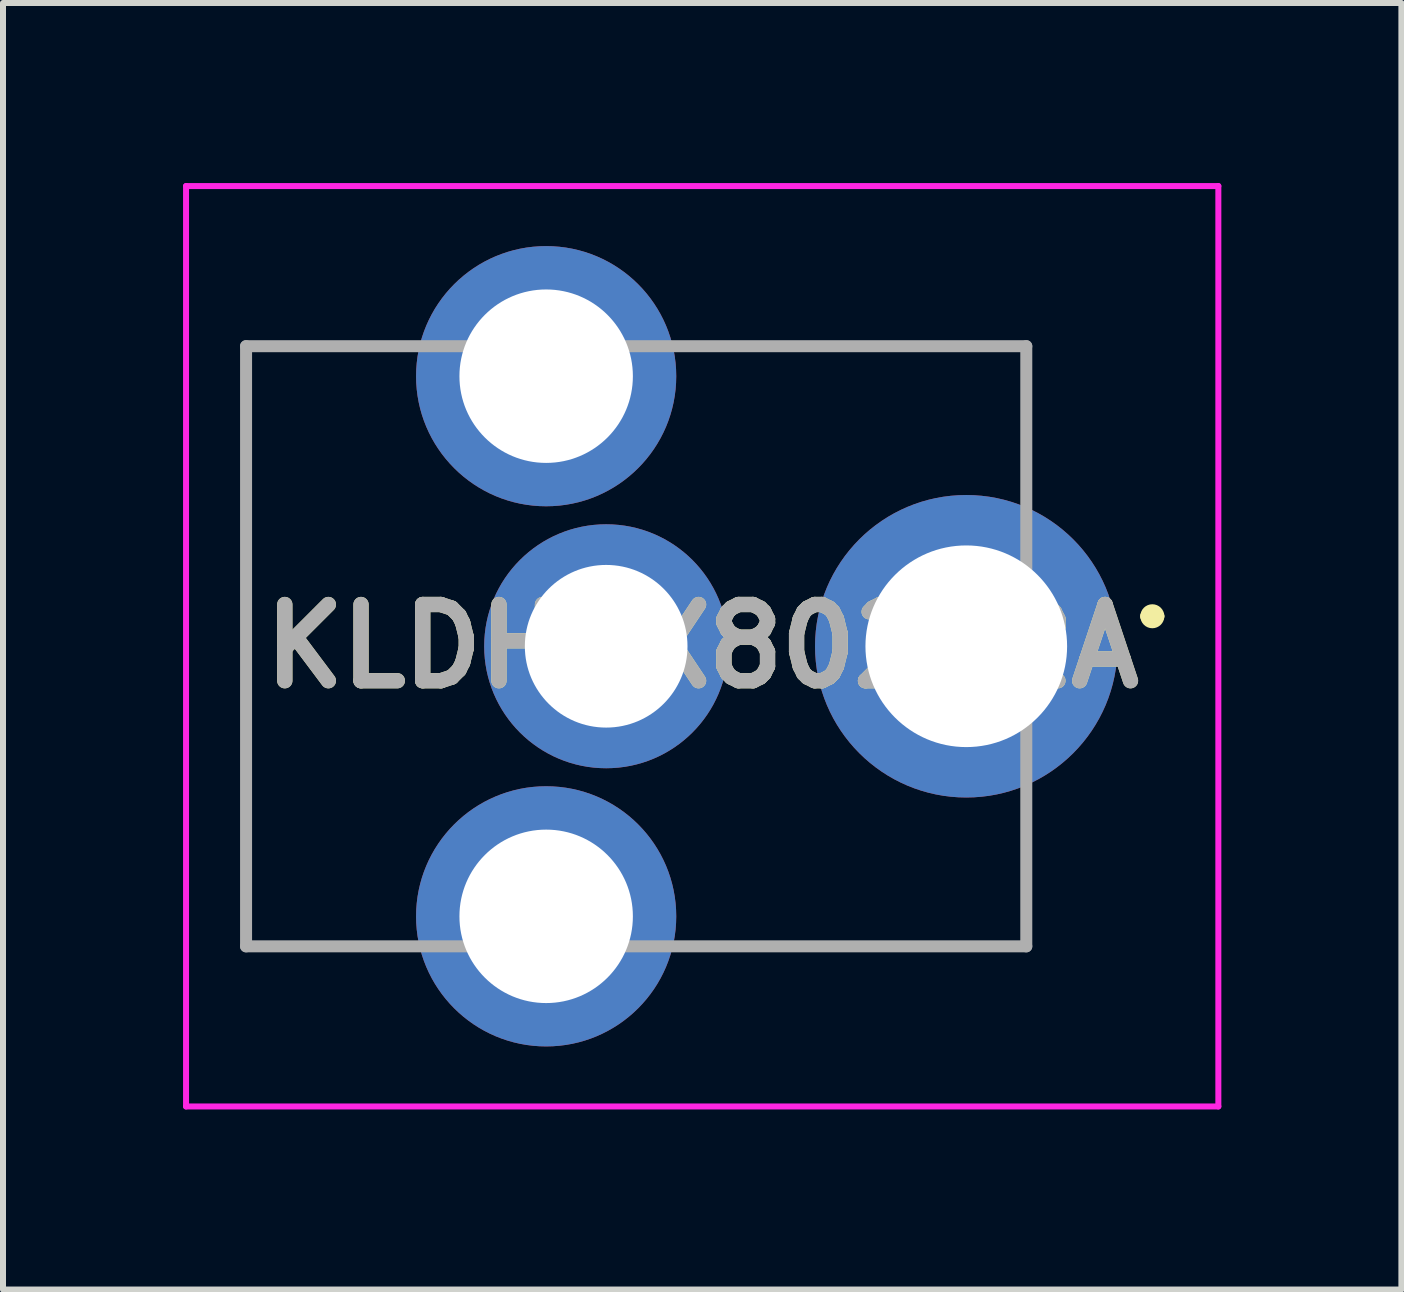
<source format=kicad_pcb>
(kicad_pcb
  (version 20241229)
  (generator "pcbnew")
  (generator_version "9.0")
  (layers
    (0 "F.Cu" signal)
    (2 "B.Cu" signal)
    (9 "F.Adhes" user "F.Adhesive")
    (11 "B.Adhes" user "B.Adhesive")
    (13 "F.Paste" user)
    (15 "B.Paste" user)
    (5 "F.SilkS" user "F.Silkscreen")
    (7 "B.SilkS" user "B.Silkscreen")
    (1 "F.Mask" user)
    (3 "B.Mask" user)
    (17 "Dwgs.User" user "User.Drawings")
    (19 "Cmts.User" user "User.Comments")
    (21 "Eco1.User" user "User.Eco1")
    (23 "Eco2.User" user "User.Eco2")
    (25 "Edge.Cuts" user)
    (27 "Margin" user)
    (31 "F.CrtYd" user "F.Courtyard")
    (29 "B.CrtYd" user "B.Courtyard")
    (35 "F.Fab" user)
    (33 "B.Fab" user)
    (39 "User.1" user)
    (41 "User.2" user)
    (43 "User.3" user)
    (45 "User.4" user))
  (footprint "KLDHCX80202A"
    (layer "F.Cu")
    (at 13.05 7.718)
    (property "Reference" "KLDHCX80202A" (at -4.4 0 0) (layer "F.SilkS") (effects (font (size 1.27 1.27) (thickness 0.254))))
    (attr through_hole)
    (fp_line (start -12 -5) (end -12 5) (stroke (width 0.1) (type solid)) (layer "F.SilkS"))
    (fp_line (start -4 -5) (end 1 -5) (stroke (width 0.1) (type solid)) (layer "F.SilkS"))
    (fp_line (start 1 5) (end -4 5) (stroke (width 0.1) (type solid)) (layer "F.SilkS"))
    (fp_line (start 3 -0.5) (end 3 -0.5) (stroke (width 0.2) (type solid)) (layer "F.SilkS"))
    (fp_line (start 3.2 -0.5) (end 3.2 -0.5) (stroke (width 0.2) (type solid)) (layer "F.SilkS"))
    (fp_arc (start 3 -0.5) (mid 3.1 -0.6) (end 3.2 -0.5) (stroke (width 0.2) (type solid)) (layer "F.SilkS"))
    (fp_arc (start 3.2 -0.5) (mid 3.1 -0.4) (end 3 -0.5) (stroke (width 0.2) (type solid)) (layer "F.SilkS"))
    (fp_line (start -13 -7.668) (end 4.2 -7.668) (stroke (width 0.1) (type solid)) (layer "F.CrtYd"))
    (fp_line (start -13 7.668) (end -13 -7.668) (stroke (width 0.1) (type solid)) (layer "F.CrtYd"))
    (fp_line (start 4.2 -7.668) (end 4.2 7.668) (stroke (width 0.1) (type solid)) (layer "F.CrtYd"))
    (fp_line (start 4.2 7.668) (end -13 7.668) (stroke (width 0.1) (type solid)) (layer "F.CrtYd"))
    (fp_line (start -12 -5) (end 1 -5) (stroke (width 0.2) (type solid)) (layer "F.Fab"))
    (fp_line (start -12 5) (end -12 -5) (stroke (width 0.2) (type solid)) (layer "F.Fab"))
    (fp_line (start 1 -5) (end 1 5) (stroke (width 0.2) (type solid)) (layer "F.Fab"))
    (fp_line (start 1 5) (end -12 5) (stroke (width 0.2) (type solid)) (layer "F.Fab"))
    (fp_text user "${REFERENCE}" (at -4.4 0 0) (layer "F.Fab") (effects (font (size 1.27 1.27) (thickness 0.254))))
    (pad "" np_thru_hole circle (at -9 0) (size 0.001 0.001) (drill 1.7) (layers "*.Cu" "*.Mask"))
    (pad "1" thru_hole circle (at 0 0) (size 5.04 5.04) (drill 3.36) (layers "*.Cu" "*.Mask"))
    (pad "2" thru_hole circle (at -6 0) (size 4.065 4.065) (drill 2.71) (layers "*.Cu" "*.Mask"))
    (pad "3" thru_hole circle (at -7 4.5) (size 4.335 4.335) (drill 2.89) (layers "*.Cu" "*.Mask"))
    (pad "4" thru_hole circle (at -7 -4.5) (size 4.335 4.335) (drill 2.89) (layers "*.Cu" "*.Mask")))
  (gr_rect
    (start -3 -3)
    (end 20.3 18.436)
    (stroke (width 0.1) (type default))
    (fill no)
    (layer "Edge.Cuts")))
</source>
